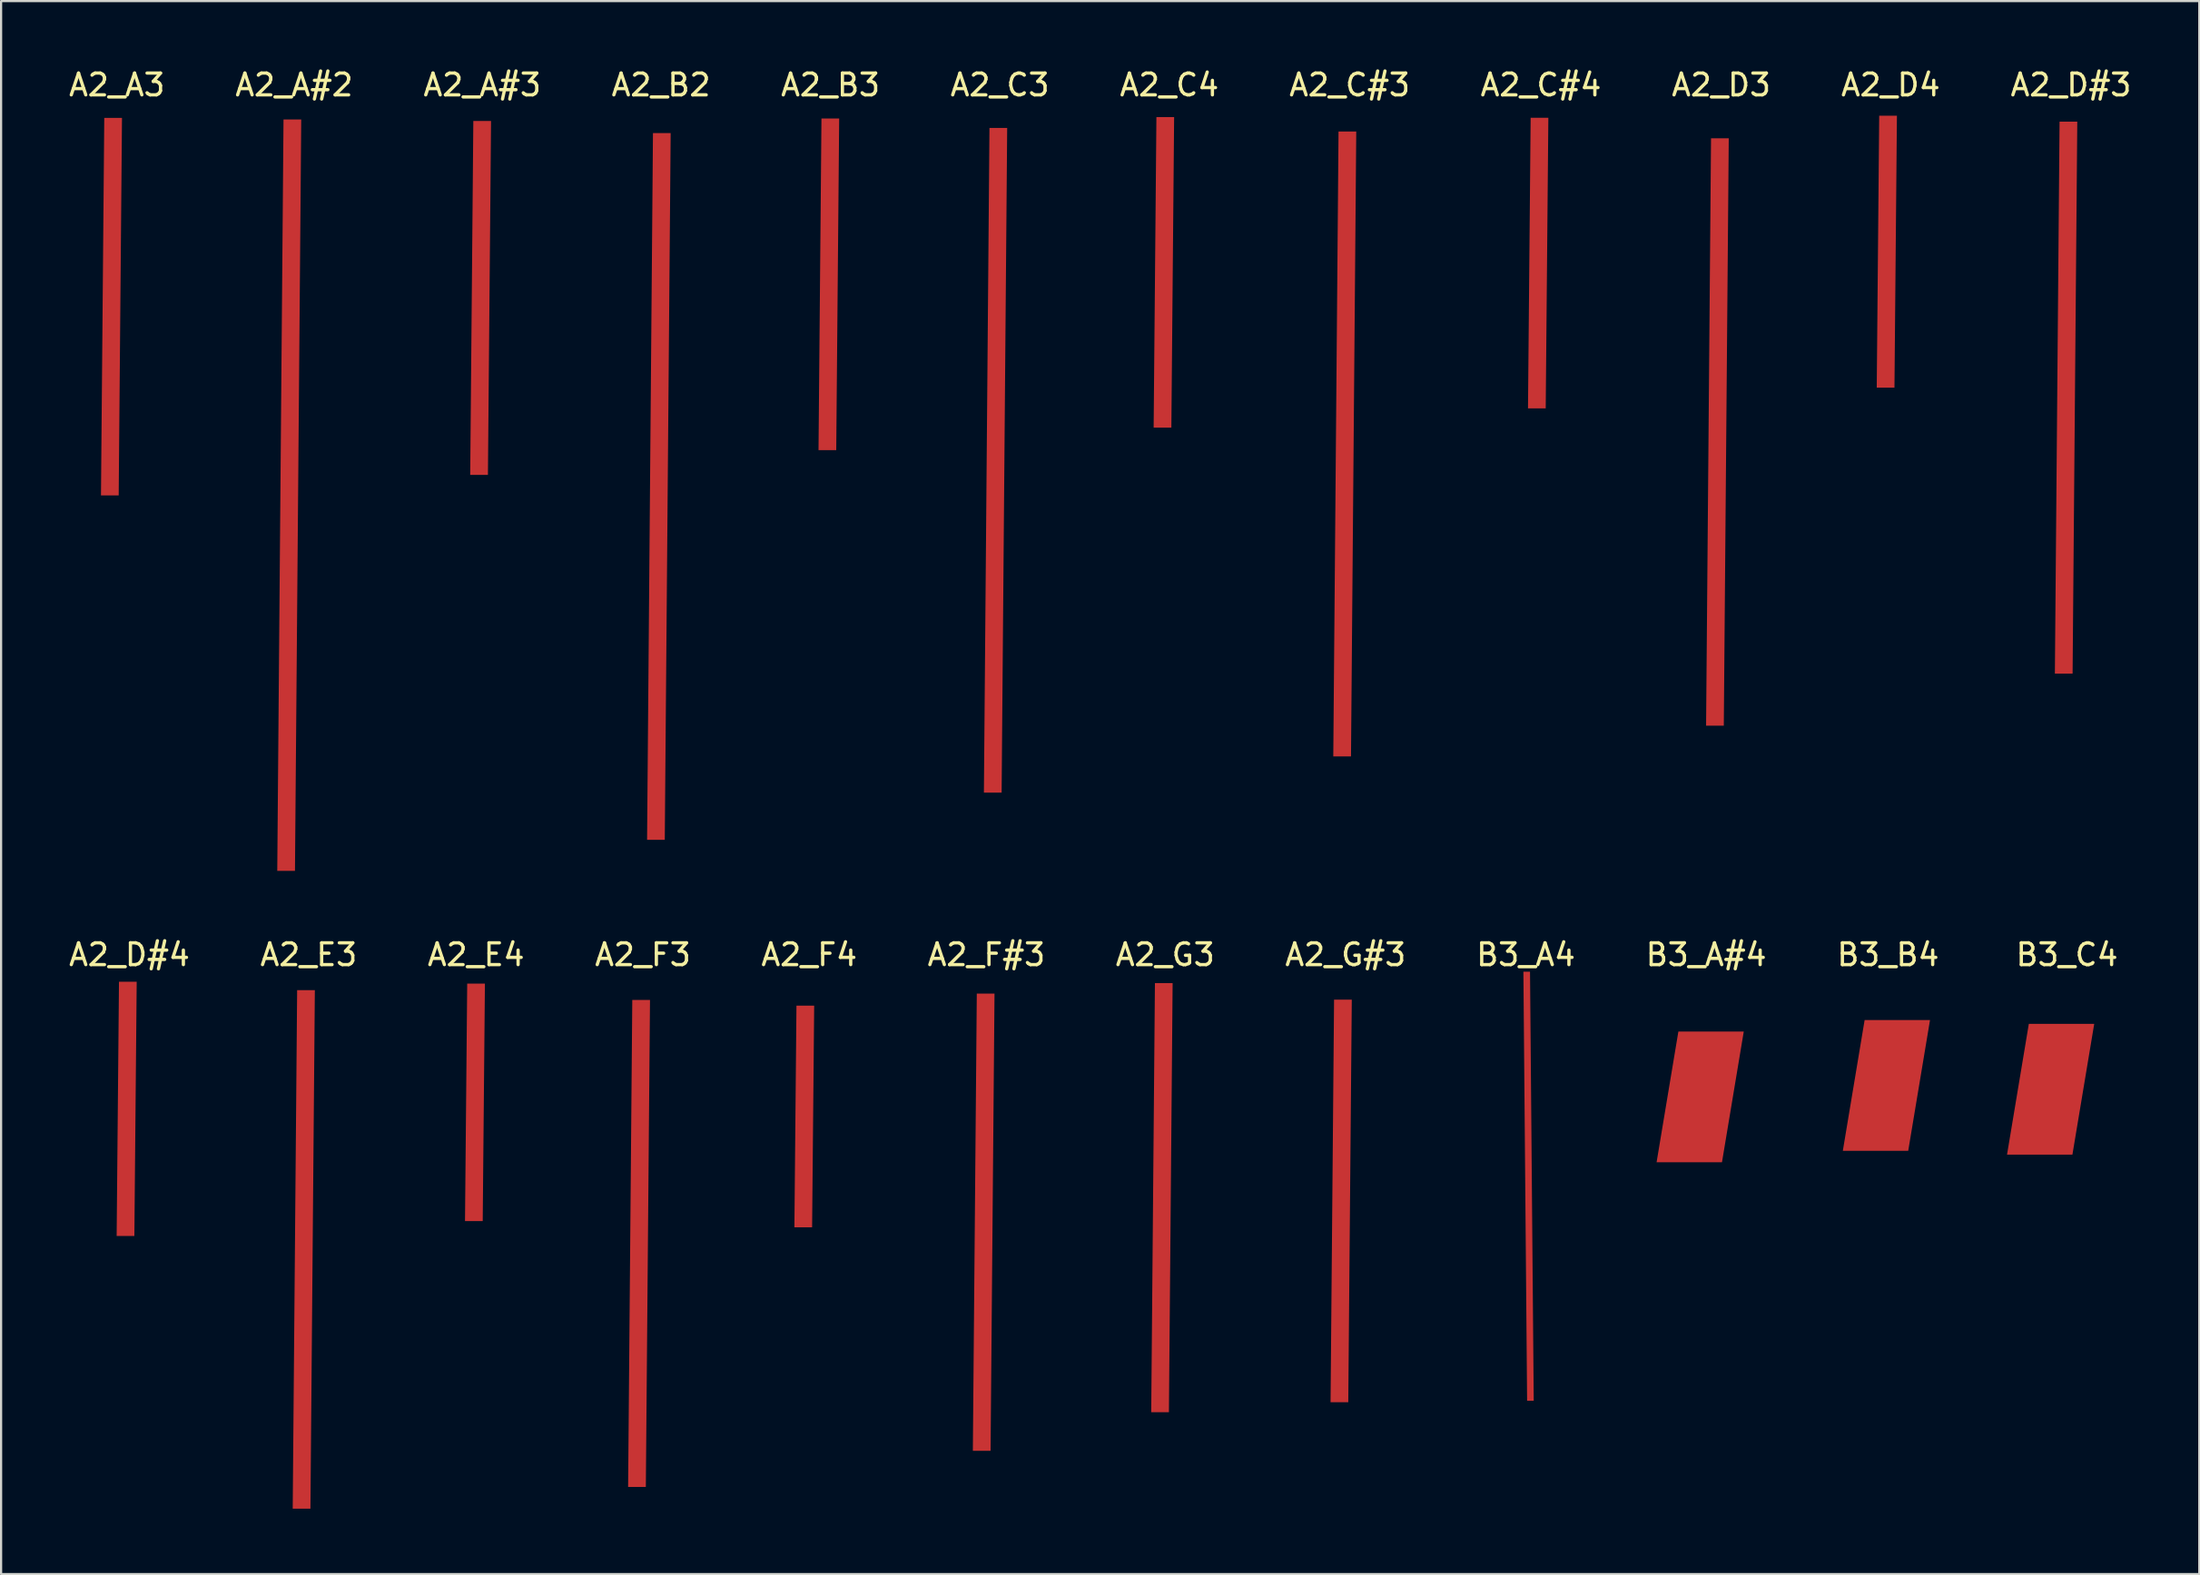
<source format=kicad_pcb>
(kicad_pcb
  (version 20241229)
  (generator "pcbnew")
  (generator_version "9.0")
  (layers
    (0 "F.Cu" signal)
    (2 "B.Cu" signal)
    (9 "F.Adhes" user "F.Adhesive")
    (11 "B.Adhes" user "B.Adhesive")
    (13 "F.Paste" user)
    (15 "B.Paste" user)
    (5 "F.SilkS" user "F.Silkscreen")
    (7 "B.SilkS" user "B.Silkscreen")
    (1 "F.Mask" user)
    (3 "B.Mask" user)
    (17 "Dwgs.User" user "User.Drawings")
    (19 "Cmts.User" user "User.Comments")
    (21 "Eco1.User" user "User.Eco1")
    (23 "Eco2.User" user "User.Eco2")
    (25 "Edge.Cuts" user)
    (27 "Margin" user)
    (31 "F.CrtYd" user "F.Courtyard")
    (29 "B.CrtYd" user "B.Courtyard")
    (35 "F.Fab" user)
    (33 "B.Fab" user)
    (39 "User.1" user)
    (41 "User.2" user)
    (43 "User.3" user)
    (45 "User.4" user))
  (footprint "A2_C#3"
    (layer "F.Cu")
    (at 58.875 0.348)
    (property "Reference" "A2_C#3" (at 0 0.5 0) (layer "F.SilkS") (effects (font (size 1 1) (thickness 0.15))))
    (attr through_hole)
    (pad "1" connect custom (at -0.225 16.975) (size 0.1 0.1) (layers "F.Cu" "F.Mask") (options (anchor rect)) (primitives (gr_poly (pts (xy -0.286 -14.339) (xy -0.527 14.339) (xy 0.286 14.339) (xy 0.527 -14.339)) (width 0) (fill yes)))))
  (footprint "A2_D3"
    (layer "F.Cu")
    (at 75.923 0.348)
    (property "Reference" "A2_D3" (at 0 0.5 0) (layer "F.SilkS") (effects (font (size 1 1) (thickness 0.15))))
    (attr through_hole)
    (pad "1" connect custom (at -0.175 16.425) (size 0.1 0.1) (layers "F.Cu" "F.Mask") (options (anchor rect)) (primitives (gr_poly (pts (xy -0.293 -13.478) (xy -0.52 13.478) (xy 0.293 13.478) (xy 0.52 -13.478)) (width 0) (fill yes)))))
  (footprint "A2_A3"
    (layer "F.Cu")
    (at 2.315 0.348)
    (property "Reference" "A2_A3" (at 0 0.5 0) (layer "F.SilkS") (effects (font (size 1 1) (thickness 0.15))))
    (attr through_hole)
    (pad "1" connect custom (at -0.25 10.675) (size 0.1 0.1) (layers "F.Cu" "F.Mask") (options (anchor rect)) (primitives (gr_poly (pts (xy -0.331 -8.663) (xy -0.482 8.663) (xy 0.331 8.663) (xy 0.482 -8.663)) (width 0) (fill yes)))))
  (footprint "A2_F4"
    (layer "F.Cu")
    (at 34.077 40.262)
    (property "Reference" "A2_F4" (at 0 0.5 0) (layer "F.SilkS") (effects (font (size 1 1) (thickness 0.15))))
    (attr through_hole)
    (pad "1" connect custom (at -0.225 7.925) (size 0.1 0.1) (layers "F.Cu" "F.Mask") (options (anchor rect)) (primitives (gr_poly (pts (xy -0.359 -5.087) (xy -0.454 5.087) (xy 0.359 5.087) (xy 0.454 -5.087)) (width 0) (fill yes)))))
  (footprint "A2_G3"
    (layer "F.Cu")
    (at 50.411 40.262)
    (property "Reference" "A2_G3" (at 0 0.5 0) (layer "F.SilkS") (effects (font (size 1 1) (thickness 0.15))))
    (attr through_hole)
    (pad "1" connect custom (at -0.15 11.65) (size 0.1 0.1) (layers "F.Cu" "F.Mask") (options (anchor rect)) (primitives (gr_poly (pts (xy -0.321 -9.846) (xy -0.491 9.846) (xy 0.321 9.846) (xy 0.491 -9.846)) (width 0) (fill yes)))))
  (footprint "A2_B3"
    (layer "F.Cu")
    (at 35.054 0.348)
    (property "Reference" "A2_B3" (at 0 0.5 0) (layer "F.SilkS") (effects (font (size 1 1) (thickness 0.15))))
    (attr through_hole)
    (pad "1" connect custom (at -0.075 9.65) (size 0.1 0.1) (layers "F.Cu" "F.Mask") (options (anchor rect)) (primitives (gr_poly (pts (xy -0.339 -7.609) (xy -0.474 7.609) (xy 0.339 7.609) (xy 0.474 -7.609)) (width 0) (fill yes)))))
  (footprint "A2_B2"
    (layer "F.Cu")
    (at 27.28 0.348)
    (property "Reference" "A2_B2" (at 0 0.5 0) (layer "F.SilkS") (effects (font (size 1 1) (thickness 0.15))))
    (attr through_hole)
    (pad "1" connect custom (at -0.1 18.925) (size 0.1 0.1) (layers "F.Cu" "F.Mask") (options (anchor rect)) (primitives (gr_poly (pts (xy -0.271 -16.217) (xy -0.541 16.217) (xy 0.271 16.217) (xy 0.541 -16.217)) (width 0) (fill yes)))))
  (footprint "A2_C4"
    (layer "F.Cu")
    (at 50.601 0.348)
    (property "Reference" "A2_C4" (at 0 0.5 0) (layer "F.SilkS") (effects (font (size 1 1) (thickness 0.15))))
    (attr through_hole)
    (pad "1" connect custom (at -0.25 9.1) (size 0.1 0.1) (layers "F.Cu" "F.Mask") (options (anchor rect)) (primitives (gr_poly (pts (xy -0.343 -7.125) (xy -0.47 7.125) (xy 0.343 7.125) (xy 0.47 -7.125)) (width 0) (fill yes)))))
  (footprint "A2_C#4"
    (layer "F.Cu")
    (at 67.649 0.348)
    (property "Reference" "A2_C#4" (at 0 0.5 0) (layer "F.SilkS") (effects (font (size 1 1) (thickness 0.15))))
    (attr through_hole)
    (pad "1" connect custom (at -0.125 8.675) (size 0.1 0.1) (layers "F.Cu" "F.Mask") (options (anchor rect)) (primitives (gr_poly (pts (xy -0.346 -6.669) (xy -0.467 6.669) (xy 0.346 6.669) (xy 0.467 -6.669)) (width 0) (fill yes)))))
  (footprint "B3_A#4"
    (layer "F.Cu")
    (at 75.232 40.262)
    (property "Reference" "B3_A#4" (at 0 0.5 0) (layer "F.SilkS") (effects (font (size 1 1) (thickness 0.15))))
    (attr through_hole)
    (pad "1" connect custom (at -0.275 7.025) (size 0.1 0.1) (layers "F.Cu" "F.Mask") (options (anchor rect)) (primitives (gr_poly (pts (xy -1 -3) (xy -2 3) (xy 1 3) (xy 2 -3)) (width 0) (fill yes)))))
  (footprint "B3_B4"
    (layer "F.Cu")
    (at 83.577 40.262)
    (property "Reference" "B3_B4" (at 0 0.5 0) (layer "F.SilkS") (effects (font (size 1 1) (thickness 0.15))))
    (attr through_hole)
    (pad "1" connect custom (at -0.075 6.5) (size 0.1 0.1) (layers "F.Cu" "F.Mask") (options (anchor rect)) (primitives (gr_poly (pts (xy -1 -3) (xy -2 3) (xy 1 3) (xy 2 -3)) (width 0) (fill yes)))))
  (footprint "A2_G#3"
    (layer "F.Cu")
    (at 58.685 40.262)
    (property "Reference" "A2_G#3" (at 0 0.5 0) (layer "F.SilkS") (effects (font (size 1 1) (thickness 0.15))))
    (attr through_hole)
    (pad "1" connect custom (at -0.2 11.8) (size 0.1 0.1) (layers "F.Cu" "F.Mask") (options (anchor rect)) (primitives (gr_poly (pts (xy -0.326 -9.237) (xy -0.487 9.237) (xy 0.326 9.237) (xy 0.487 -9.237)) (width 0) (fill yes)))))
  (footprint "A2_A#3"
    (layer "F.Cu")
    (at 19.077 0.348)
    (property "Reference" "A2_A#3" (at 0 0.5 0) (layer "F.SilkS") (effects (font (size 1 1) (thickness 0.15))))
    (attr through_hole)
    (pad "1" connect custom (at -0.075 10.275) (size 0.1 0.1) (layers "F.Cu" "F.Mask") (options (anchor rect)) (primitives (gr_poly (pts (xy -0.335 -8.12) (xy -0.478 8.12) (xy 0.335 8.12) (xy 0.478 -8.12)) (width 0) (fill yes)))))
  (footprint "B3_A4"
    (layer "F.Cu")
    (at 66.958 40.262)
    (property "Reference" "B3_A4" (at 0 0.5 0) (layer "F.SilkS") (effects (font (size 1 1) (thickness 0.15))))
    (attr through_hole)
    (pad "1" connect custom (at 0.125 11.125) (size 0.1 0.1) (layers "F.Cu" "F.Mask") (options (anchor rect)) (primitives (gr_poly (pts (xy -0.237 -9.846) (xy -0.067 9.846) (xy 0.237 9.846) (xy 0.067 -9.846)) (width 0) (fill yes)))))
  (footprint "B3_C4"
    (layer "F.Cu")
    (at 91.786 40.262)
    (property "Reference" "B3_C4" (at 0 0.5 0) (layer "F.SilkS") (effects (font (size 1 1) (thickness 0.15))))
    (attr through_hole)
    (pad "1" connect custom (at -0.75 6.675) (size 0.1 0.1) (layers "F.Cu" "F.Mask") (options (anchor rect)) (primitives (gr_poly (pts (xy -1 -3) (xy -2 3) (xy 1 3) (xy 2 -3)) (width 0) (fill yes)))))
  (footprint "A2_F3"
    (layer "F.Cu")
    (at 26.446 40.262)
    (property "Reference" "A2_F3" (at 0 0.5 0) (layer "F.SilkS") (effects (font (size 1 1) (thickness 0.15))))
    (attr through_hole)
    (pad "1" connect custom (at -0.175 13.75) (size 0.1 0.1) (layers "F.Cu" "F.Mask") (options (anchor rect)) (primitives (gr_poly (pts (xy -0.311 -11.174) (xy -0.502 11.174) (xy 0.311 11.174) (xy 0.502 -11.174)) (width 0) (fill yes)))))
  (footprint "A2_C3"
    (layer "F.Cu")
    (at 42.827 0.348)
    (property "Reference" "A2_C3" (at 0 0.5 0) (layer "F.SilkS") (effects (font (size 1 1) (thickness 0.15))))
    (attr through_hole)
    (pad "1" connect custom (at -0.2 17.725) (size 0.1 0.1) (layers "F.Cu" "F.Mask") (options (anchor rect)) (primitives (gr_poly (pts (xy -0.279 -15.251) (xy -0.534 15.251) (xy 0.279 15.251) (xy 0.534 -15.251)) (width 0) (fill yes)))))
  (footprint "A2_E4"
    (layer "F.Cu")
    (at 18.792 40.262)
    (property "Reference" "A2_E4" (at 0 0.5 0) (layer "F.SilkS") (effects (font (size 1 1) (thickness 0.15))))
    (attr through_hole)
    (pad "1" connect custom (at -0.05 7.275) (size 0.1 0.1) (layers "F.Cu" "F.Mask") (options (anchor rect)) (primitives (gr_poly (pts (xy -0.356 -5.449) (xy -0.457 5.449) (xy 0.356 5.449) (xy 0.457 -5.449)) (width 0) (fill yes)))))
  (footprint "A2_D#3"
    (layer "F.Cu")
    (at 91.97 0.348)
    (property "Reference" "A2_D#3" (at 0 0.5 0) (layer "F.SilkS") (effects (font (size 1 1) (thickness 0.15))))
    (attr through_hole)
    (pad "1" connect custom (at -0.225 14.85) (size 0.1 0.1) (layers "F.Cu" "F.Mask") (options (anchor rect)) (primitives (gr_poly (pts (xy -0.299 -12.665) (xy -0.514 12.665) (xy 0.299 12.665) (xy 0.514 -12.665)) (width 0) (fill yes)))))
  (footprint "A2_E3"
    (layer "F.Cu")
    (at 11.113 40.262)
    (property "Reference" "A2_E3" (at 0 0.5 0) (layer "F.SilkS") (effects (font (size 1 1) (thickness 0.15))))
    (attr through_hole)
    (pad "1" connect custom (at -0.225 14.025) (size 0.1 0.1) (layers "F.Cu" "F.Mask") (options (anchor rect)) (primitives (gr_poly (pts (xy -0.305 -11.898) (xy -0.508 11.898) (xy 0.305 11.898) (xy 0.508 -11.898)) (width 0) (fill yes)))))
  (footprint "A2_A#2"
    (layer "F.Cu")
    (at 10.446 0.348)
    (property "Reference" "A2_A#2" (at 0 0.5 0) (layer "F.SilkS") (effects (font (size 1 1) (thickness 0.15))))
    (attr through_hole)
    (pad "1" connect custom (at -0.225 19.325) (size 0.1 0.1) (layers "F.Cu" "F.Mask") (options (anchor rect)) (primitives (gr_poly (pts (xy -0.263 -17.241) (xy -0.55 17.241) (xy 0.263 17.241) (xy 0.55 -17.241)) (width 0) (fill yes)))))
  (footprint "A2_F#3"
    (layer "F.Cu")
    (at 42.208 40.262)
    (property "Reference" "A2_F#3" (at 0 0.5 0) (layer "F.SilkS") (effects (font (size 1 1) (thickness 0.15))))
    (attr through_hole)
    (pad "1" connect custom (at -0.125 12.775) (size 0.1 0.1) (layers "F.Cu" "F.Mask") (options (anchor rect)) (primitives (gr_poly (pts (xy -0.316 -10.491) (xy -0.497 10.491) (xy 0.316 10.491) (xy 0.497 -10.491)) (width 0) (fill yes)))))
  (footprint "A2_D4"
    (layer "F.Cu")
    (at 83.696 0.348)
    (property "Reference" "A2_D4" (at 0 0.5 0) (layer "F.SilkS") (effects (font (size 1 1) (thickness 0.15))))
    (attr through_hole)
    (pad "1" connect custom (at -0.175 8.15) (size 0.1 0.1) (layers "F.Cu" "F.Mask") (options (anchor rect)) (primitives (gr_poly (pts (xy -0.35 -6.239) (xy -0.463 6.239) (xy 0.35 6.239) (xy 0.463 -6.239)) (width 0) (fill yes)))))
  (footprint "A2_D#4"
    (layer "F.Cu")
    (at 2.887 40.262)
    (property "Reference" "A2_D#4" (at 0 0.5 0) (layer "F.SilkS") (effects (font (size 1 1) (thickness 0.15))))
    (attr through_hole)
    (pad "1" connect custom (at -0.125 7.575) (size 0.1 0.1) (layers "F.Cu" "F.Mask") (options (anchor rect)) (primitives (gr_poly (pts (xy -0.353 -5.833) (xy -0.46 5.833) (xy 0.353 5.833) (xy 0.46 -5.833)) (width 0) (fill yes)))))
  (gr_rect
    (start -3 -3)
    (end 97.857 69.186)
    (stroke (width 0.1) (type default))
    (fill no)
    (layer "Edge.Cuts")))
</source>
